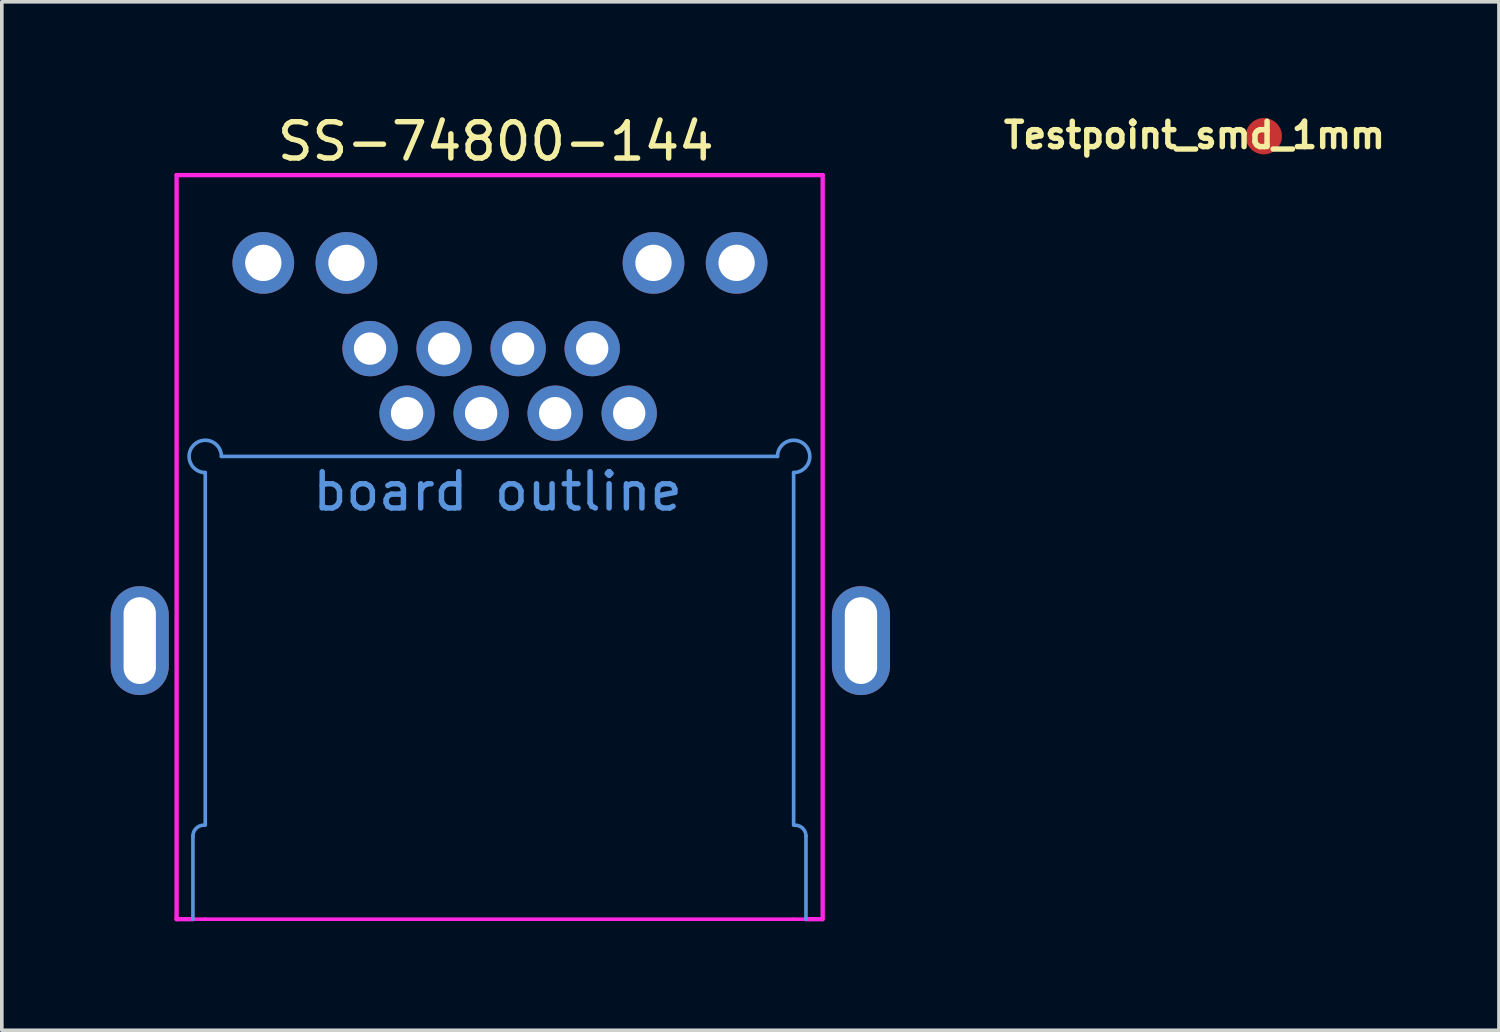
<source format=kicad_pcb>
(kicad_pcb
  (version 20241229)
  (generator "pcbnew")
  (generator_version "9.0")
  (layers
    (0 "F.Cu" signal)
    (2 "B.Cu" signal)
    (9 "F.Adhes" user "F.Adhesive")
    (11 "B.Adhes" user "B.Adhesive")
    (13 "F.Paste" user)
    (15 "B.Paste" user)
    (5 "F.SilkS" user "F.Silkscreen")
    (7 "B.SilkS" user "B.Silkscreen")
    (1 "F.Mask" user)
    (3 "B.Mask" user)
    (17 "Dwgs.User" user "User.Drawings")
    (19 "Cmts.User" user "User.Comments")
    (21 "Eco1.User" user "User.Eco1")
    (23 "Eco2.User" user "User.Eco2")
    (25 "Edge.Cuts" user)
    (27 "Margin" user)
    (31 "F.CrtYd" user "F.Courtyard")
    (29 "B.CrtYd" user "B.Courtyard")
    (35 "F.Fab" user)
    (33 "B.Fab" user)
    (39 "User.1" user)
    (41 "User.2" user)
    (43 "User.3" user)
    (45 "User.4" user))
  (footprint "Testpoint_smd_1mm"
    (layer "F.Cu")
    (at 31.768 0.702)
    (property "Reference" "Testpoint_smd_1mm" (at -1.91 -0.029 0) (layer "F.SilkS") (effects (font (size 0.7 0.7) (thickness 0.15))))
    (attr exclude_from_pos_files exclude_from_bom)
    (pad "1" smd circle (at 0 0) (size 1 1) (layers "F.Cu" "F.Mask")))
  (footprint "SS-74800-144"
    (layer "F.Cu")
    (at 10.66 1.448)
    (property "Reference" "SS-74800-144" (at -0.05 -0.6 0) (layer "F.SilkS") (effects (font (size 1 1) (thickness 0.15))))
    (attr through_hole)
    (fp_line (start -8.395 20.826) (end -8.395 18.536) (stroke (width 0.1) (type solid)) (layer "Cmts.User"))
    (fp_line (start -8.055 18.236) (end -8.055 8.521) (stroke (width 0.1) (type solid)) (layer "Cmts.User"))
    (fp_line (start -7.61 8.076) (end 7.71 8.076) (stroke (width 0.1) (type solid)) (layer "Cmts.User"))
    (fp_line (start 8.155 8.521) (end 8.155 18.236) (stroke (width 0.1) (type solid)) (layer "Cmts.User"))
    (fp_line (start 8.495 18.536) (end 8.495 20.826) (stroke (width 0.1) (type solid)) (layer "Cmts.User"))
    (fp_arc (start -8.394909 18.536184) (mid -8.307042 18.324052) (end -8.09491 18.236183) (stroke (width 0.1) (type solid)) (layer "Cmts.User"))
    (fp_arc (start -8.05491 8.521184) (mid -8.369573 7.761521) (end -7.60991 8.076184) (stroke (width 0.1) (type solid)) (layer "Cmts.User"))
    (fp_arc (start 7.710091 8.076184) (mid 8.469754 7.761521) (end 8.155091 8.521184) (stroke (width 0.1) (type solid)) (layer "Cmts.User"))
    (fp_arc (start 8.195091 18.236183) (mid 8.407223 18.324051) (end 8.495091 18.536183) (stroke (width 0.1) (type solid)) (layer "Cmts.User"))
    (fp_line (start -10.31 13.911) (end -10.31 12.401) (stroke (width 0.1) (type solid)) (layer "Margin"))
    (fp_line (start -9.42 12.401) (end -9.42 13.911) (stroke (width 0.1) (type solid)) (layer "Margin"))
    (fp_line (start -8.095 18.236) (end -8.055 18.236) (stroke (width 0.1) (type solid)) (layer "Margin"))
    (fp_line (start 8.155 18.236) (end 8.195 18.236) (stroke (width 0.1) (type solid)) (layer "Margin"))
    (fp_line (start 9.55 12.4) (end 9.55 13.91) (stroke (width 0.1) (type solid)) (layer "Margin"))
    (fp_line (start 10.44 13.91) (end 10.44 12.4) (stroke (width 0.1) (type solid)) (layer "Margin"))
    (fp_arc (start -10.30991 12.401183) (mid -10.181037 12.090056) (end -9.86991 11.961183) (stroke (width 0.1) (type solid)) (layer "Margin"))
    (fp_arc (start -9.86991 14.351183) (mid -10.181037 14.22231) (end -10.30991 13.911183) (stroke (width 0.1) (type solid)) (layer "Margin"))
    (fp_arc (start -9.85991 11.961183) (mid -9.548783 12.090056) (end -9.41991 12.401183) (stroke (width 0.1) (type solid)) (layer "Margin"))
    (fp_arc (start -9.419909 13.911184) (mid -9.548783 14.222311) (end -9.85991 14.351183) (stroke (width 0.1) (type solid)) (layer "Margin"))
    (fp_arc (start 9.55 12.400054) (mid 9.678836 12.088911) (end 9.989947 11.960001) (stroke (width 0.1) (type solid)) (layer "Margin"))
    (fp_arc (start 9.990232 14.350001) (mid 9.679089 14.221165) (end 9.550179 13.910054) (stroke (width 0.1) (type solid)) (layer "Margin"))
    (fp_arc (start 9.999948 11.96) (mid 10.31109 12.088836) (end 10.44 12.399948) (stroke (width 0.1) (type solid)) (layer "Margin"))
    (fp_arc (start 10.440179 13.909947) (mid 10.311343 14.22109) (end 10.000232 14.35) (stroke (width 0.1) (type solid)) (layer "Margin"))
    (fp_circle (center -6.456 2.745) (end -5.956 2.745) (stroke (width 0.1) (type solid)) (fill no) (layer "Margin"))
    (fp_circle (center -4.166 2.745) (end -3.666 2.745) (stroke (width 0.1) (type solid)) (fill no) (layer "Margin"))
    (fp_circle (center -3.515 5.106) (end -3.07 5.106) (stroke (width 0.1) (type solid)) (fill no) (layer "Margin"))
    (fp_circle (center -2.495 6.885) (end -2.05 6.885) (stroke (width 0.1) (type solid)) (fill no) (layer "Margin"))
    (fp_circle (center -1.475 5.106) (end -1.03 5.106) (stroke (width 0.1) (type solid)) (fill no) (layer "Margin"))
    (fp_circle (center -0.455 6.885) (end -0.01 6.885) (stroke (width 0.1) (type solid)) (fill no) (layer "Margin"))
    (fp_circle (center 0.565 5.106) (end 1.01 5.106) (stroke (width 0.1) (type solid)) (fill no) (layer "Margin"))
    (fp_circle (center 1.585 6.885) (end 2.03 6.885) (stroke (width 0.1) (type solid)) (fill no) (layer "Margin"))
    (fp_circle (center 2.605 5.106) (end 3.05 5.106) (stroke (width 0.1) (type solid)) (fill no) (layer "Margin"))
    (fp_circle (center 3.625 6.885) (end 4.07 6.885) (stroke (width 0.1) (type solid)) (fill no) (layer "Margin"))
    (fp_circle (center 4.294 2.745) (end 4.794 2.745) (stroke (width 0.1) (type solid)) (fill no) (layer "Margin"))
    (fp_circle (center 6.584 2.744) (end 7.084 2.744) (stroke (width 0.1) (type solid)) (fill no) (layer "Margin"))
    (fp_line (start -8.845 0.326) (end 8.955 0.326) (stroke (width 0.12) (type solid)) (layer "F.CrtYd"))
    (fp_line (start -8.845 20.826) (end -8.845 0.326) (stroke (width 0.12) (type solid)) (layer "F.CrtYd"))
    (fp_line (start -8.395 20.826) (end -8.845 20.826) (stroke (width 0.12) (type solid)) (layer "F.CrtYd"))
    (fp_line (start -8.055 20.826) (end -8.395 20.826) (stroke (width 0.1) (type solid)) (layer "F.CrtYd"))
    (fp_line (start 8.155 20.826) (end -8.055 20.826) (stroke (width 0.1) (type solid)) (layer "F.CrtYd"))
    (fp_line (start 8.495 20.826) (end 8.155 20.826) (stroke (width 0.1) (type solid)) (layer "F.CrtYd"))
    (fp_line (start 8.495 20.826) (end 8.945 20.826) (stroke (width 0.12) (type solid)) (layer "F.CrtYd"))
    (fp_line (start 8.955 20.826) (end 8.955 0.326) (stroke (width 0.12) (type solid)) (layer "F.CrtYd"))
    (fp_text user "board outline" (at 0 9.042 0) (layer "Cmts.User") (effects (font (size 1 1) (thickness 0.15))))
    (pad "1" thru_hole circle (at 3.625 6.885) (size 1.524 1.524) (drill 0.89) (layers "*.Cu" "*.Mask"))
    (pad "2" thru_hole circle (at 2.605 5.106) (size 1.524 1.524) (drill 0.89) (layers "*.Cu" "*.Mask"))
    (pad "3" thru_hole circle (at 1.585 6.885) (size 1.524 1.524) (drill 0.89) (layers "*.Cu" "*.Mask"))
    (pad "4" thru_hole circle (at 0.565 5.106) (size 1.524 1.524) (drill 0.89) (layers "*.Cu" "*.Mask"))
    (pad "5" thru_hole circle (at -0.455 6.885) (size 1.524 1.524) (drill 0.89) (layers "*.Cu" "*.Mask"))
    (pad "6" thru_hole circle (at -1.475 5.106) (size 1.524 1.524) (drill 0.89) (layers "*.Cu" "*.Mask"))
    (pad "7" thru_hole circle (at -2.495 6.885) (size 1.524 1.524) (drill 0.89) (layers "*.Cu" "*.Mask"))
    (pad "8" thru_hole circle (at -3.515 5.106) (size 1.524 1.524) (drill 0.89) (layers "*.Cu" "*.Mask"))
    (pad "9" thru_hole circle (at 6.584 2.744) (size 1.7 1.7) (drill 1) (layers "*.Cu" "*.Mask"))
    (pad "10" thru_hole circle (at 4.294 2.745) (size 1.7 1.7) (drill 1) (layers "*.Cu" "*.Mask"))
    (pad "11" thru_hole circle (at -4.166 2.745) (size 1.7 1.7) (drill 1) (layers "*.Cu" "*.Mask"))
    (pad "12" thru_hole circle (at -6.456 2.745) (size 1.7 1.7) (drill 1) (layers "*.Cu" "*.Mask"))
    (pad "SH" thru_hole oval (at -9.86 13.151) (size 1.6 3) (drill oval 0.89 2.39) (layers "*.Cu" "*.Mask"))
    (pad "SH" thru_hole oval (at 10.01 13.151) (size 1.6 3) (drill oval 0.89 2.39) (layers "*.Cu" "*.Mask")))
  (gr_rect
    (start -3 -3)
    (end 38.247 25.334)
    (stroke (width 0.1) (type default))
    (fill no)
    (layer "Edge.Cuts")))
</source>
